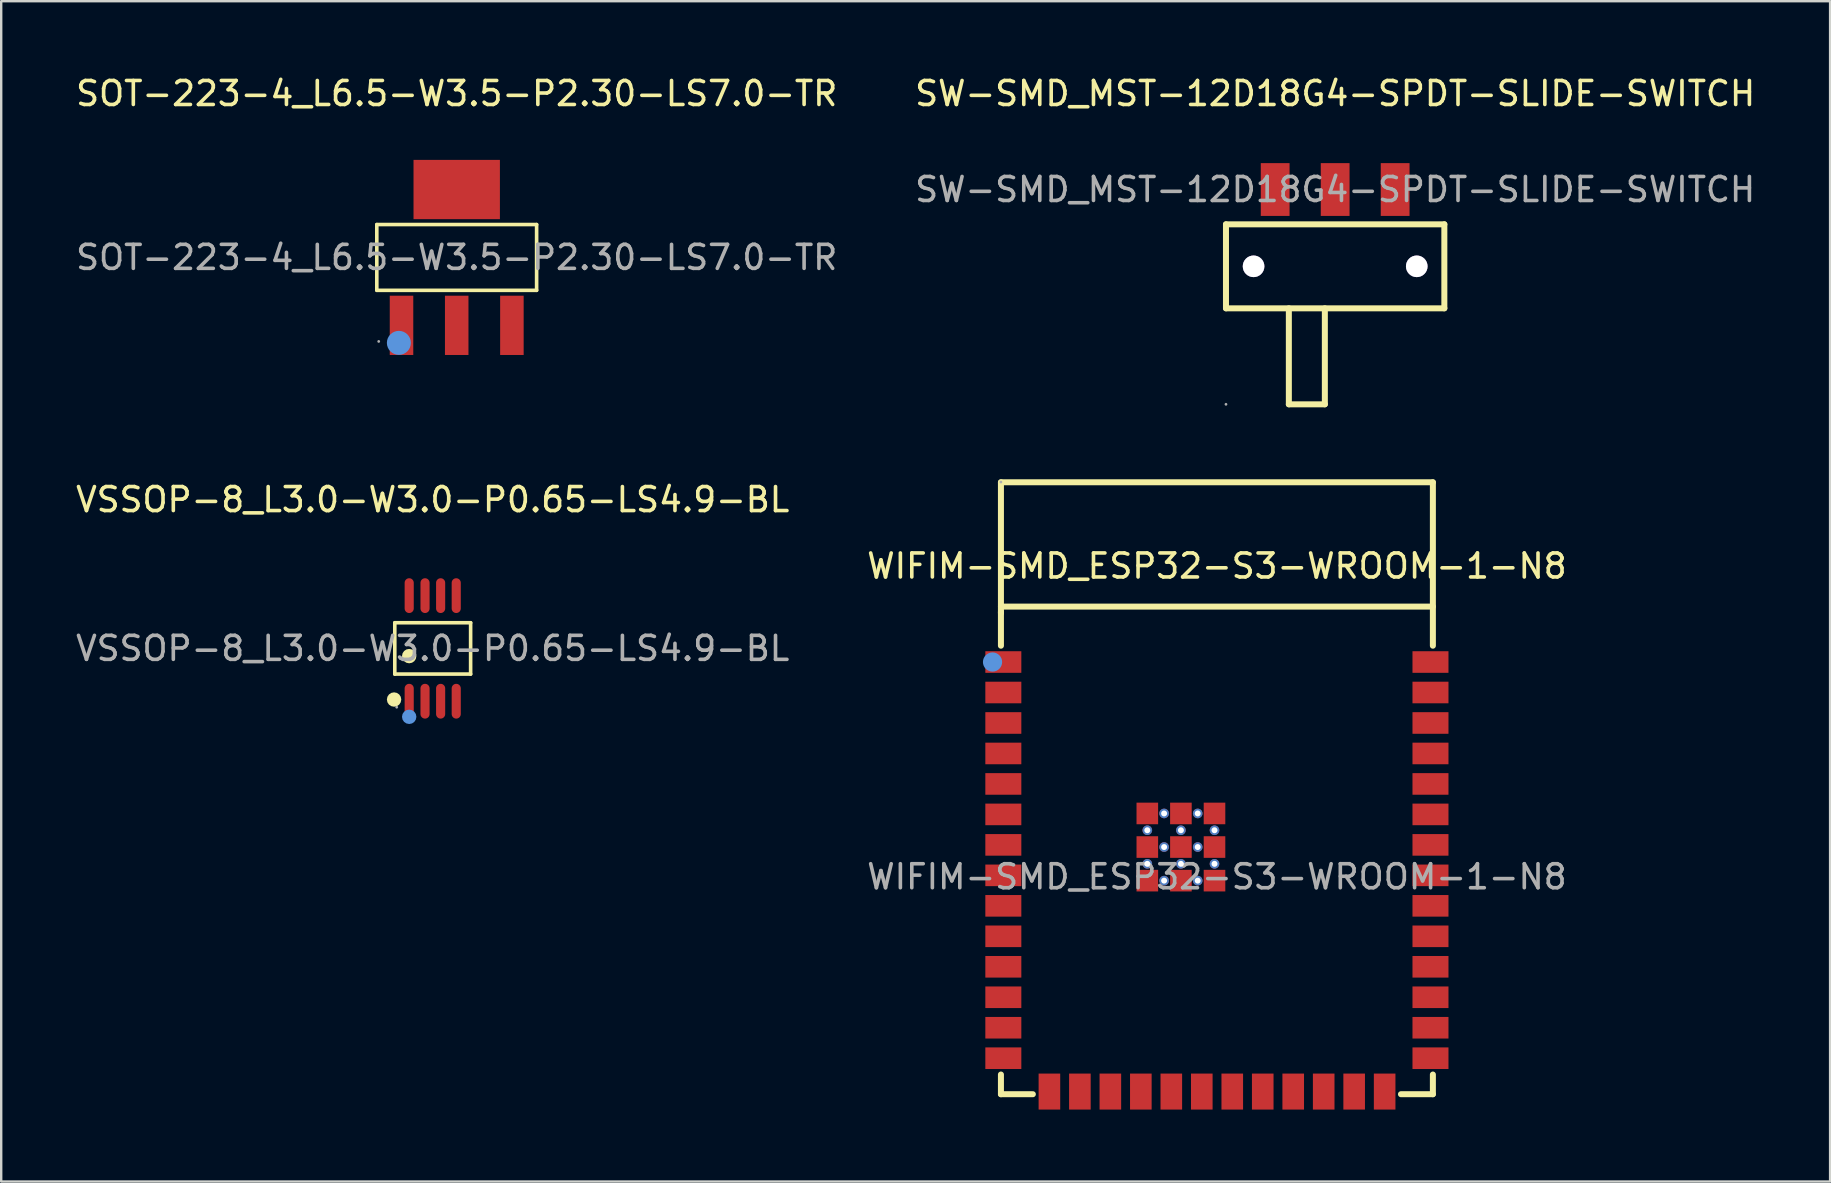
<source format=kicad_pcb>
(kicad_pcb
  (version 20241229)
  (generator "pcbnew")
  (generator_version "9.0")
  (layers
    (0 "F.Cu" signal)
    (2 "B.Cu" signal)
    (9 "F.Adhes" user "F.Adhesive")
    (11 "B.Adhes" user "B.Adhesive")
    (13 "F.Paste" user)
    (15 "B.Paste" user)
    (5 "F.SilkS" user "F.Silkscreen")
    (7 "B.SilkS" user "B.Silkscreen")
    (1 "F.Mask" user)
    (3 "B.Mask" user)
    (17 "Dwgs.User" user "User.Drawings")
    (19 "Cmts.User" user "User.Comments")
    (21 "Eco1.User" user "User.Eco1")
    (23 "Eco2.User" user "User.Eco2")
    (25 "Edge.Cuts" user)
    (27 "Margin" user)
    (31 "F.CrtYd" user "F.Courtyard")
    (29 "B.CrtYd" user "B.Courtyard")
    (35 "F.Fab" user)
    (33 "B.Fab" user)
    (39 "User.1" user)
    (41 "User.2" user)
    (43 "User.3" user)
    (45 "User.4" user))
  (footprint "SOT-223-4_L6.5-W3.5-P2.30-LS7.0-TR"
    (layer "F.Cu")
    (at 15.982 7.678)
    (property "Reference" "SOT-223-4_L6.5-W3.5-P2.30-LS7.0-TR" (at 0 -6.83 0) (layer "F.SilkS") (effects (font (size 1 1) (thickness 0.15))))
    (attr smd)
    (fp_line (start -3.33 -1.37) (end 3.33 -1.37) (stroke (width 0.15) (type solid)) (layer "F.SilkS"))
    (fp_line (start -3.33 1.37) (end -3.33 -1.37) (stroke (width 0.15) (type solid)) (layer "F.SilkS"))
    (fp_line (start 3.33 -1.37) (end 3.33 1.37) (stroke (width 0.15) (type solid)) (layer "F.SilkS"))
    (fp_line (start 3.33 1.37) (end -3.33 1.37) (stroke (width 0.15) (type solid)) (layer "F.SilkS"))
    (fp_circle (center -2.41 3.56) (end -2.16 3.56) (stroke (width 0.5) (type solid)) (fill no) (layer "Cmts.User"))
    (fp_circle (center -3.25 3.5) (end -3.22 3.5) (stroke (width 0.06) (type solid)) (fill no) (layer "F.Fab"))
    (fp_text user "${REFERENCE}" (at 0 0 0) (layer "F.Fab") (effects (font (size 1 1) (thickness 0.15))))
    (pad "1" smd rect (at -2.3 2.83 270) (size 2.47 0.98) (layers "F.Cu" "F.Mask" "F.Paste"))
    (pad "2" smd rect (at 0 2.83 270) (size 2.47 0.98) (layers "F.Cu" "F.Mask" "F.Paste"))
    (pad "3" smd rect (at 2.3 2.83 270) (size 2.47 0.98) (layers "F.Cu" "F.Mask" "F.Paste"))
    (pad "4" smd rect (at 0 -2.83 270) (size 2.47 3.6) (layers "F.Cu" "F.Mask" "F.Paste")))
  (footprint "VSSOP-8_L3.0-W3.0-P0.65-LS4.9-BL"
    (layer "F.Cu")
    (at 14.982 23.971)
    (property "Reference" "VSSOP-8_L3.0-W3.0-P0.65-LS4.9-BL" (at 0 -6.2 0) (layer "F.SilkS") (effects (font (size 1 1) (thickness 0.15))))
    (attr smd)
    (fp_line (start -1.58 -1.07) (end 1.58 -1.07) (stroke (width 0.15) (type solid)) (layer "F.SilkS"))
    (fp_line (start -1.58 1.07) (end -1.58 -1.07) (stroke (width 0.15) (type solid)) (layer "F.SilkS"))
    (fp_line (start 1.58 -1.07) (end 1.58 1.07) (stroke (width 0.15) (type solid)) (layer "F.SilkS"))
    (fp_line (start 1.58 1.07) (end -1.58 1.07) (stroke (width 0.15) (type solid)) (layer "F.SilkS"))
    (fp_circle (center -1.61 2.13) (end -1.46 2.13) (stroke (width 0.3) (type solid)) (fill no) (layer "F.SilkS"))
    (fp_circle (center -0.98 0.32) (end -0.83 0.32) (stroke (width 0.3) (type solid)) (fill no) (layer "F.SilkS"))
    (fp_circle (center -0.98 2.85) (end -0.83 2.85) (stroke (width 0.3) (type solid)) (fill no) (layer "Cmts.User"))
    (fp_circle (center -1.5 2.45) (end -1.47 2.45) (stroke (width 0.06) (type solid)) (fill no) (layer "F.Fab"))
    (fp_text user "${REFERENCE}" (at 0 0 0) (layer "F.Fab") (effects (font (size 1 1) (thickness 0.15))))
    (pad "1" smd oval (at -0.98 2.2) (size 0.38 1.45) (layers "F.Cu" "F.Mask" "F.Paste"))
    (pad "2" smd oval (at -0.32 2.2) (size 0.38 1.45) (layers "F.Cu" "F.Mask" "F.Paste"))
    (pad "3" smd oval (at 0.33 2.2) (size 0.38 1.45) (layers "F.Cu" "F.Mask" "F.Paste"))
    (pad "4" smd oval (at 0.98 2.2) (size 0.38 1.45) (layers "F.Cu" "F.Mask" "F.Paste"))
    (pad "5" smd oval (at 0.98 -2.2) (size 0.38 1.45) (layers "F.Cu" "F.Mask" "F.Paste"))
    (pad "6" smd oval (at 0.33 -2.2) (size 0.38 1.45) (layers "F.Cu" "F.Mask" "F.Paste"))
    (pad "7" smd oval (at -0.32 -2.2) (size 0.38 1.45) (layers "F.Cu" "F.Mask" "F.Paste"))
    (pad "8" smd oval (at -0.98 -2.2) (size 0.38 1.45) (layers "F.Cu" "F.Mask" "F.Paste")))
  (footprint "WIFIM-SMD_ESP32-S3-WROOM-1-N8"
    (layer "F.Cu")
    (at 47.661 33.488)
    (property "Reference" "WIFIM-SMD_ESP32-S3-WROOM-1-N8" (at 0 -12.95 0) (layer "F.SilkS") (effects (font (size 1 1) (thickness 0.15))))
    (attr smd)
    (fp_line (start -9 -16.44) (end 9 -16.44) (stroke (width 0.25) (type solid)) (layer "F.SilkS"))
    (fp_line (start -9 -11.26) (end 9 -11.26) (stroke (width 0.25) (type solid)) (layer "F.SilkS"))
    (fp_line (start -9 -10.99) (end -9 -16.44) (stroke (width 0.25) (type solid)) (layer "F.SilkS"))
    (fp_line (start -9 -9.63) (end -9 -11.04) (stroke (width 0.25) (type solid)) (layer "F.SilkS"))
    (fp_line (start -9 9.06) (end -9 8.24) (stroke (width 0.25) (type solid)) (layer "F.SilkS"))
    (fp_line (start -7.67 9.06) (end -9 9.06) (stroke (width 0.25) (type solid)) (layer "F.SilkS"))
    (fp_line (start 9 -16.44) (end 9 -9.63) (stroke (width 0.25) (type solid)) (layer "F.SilkS"))
    (fp_line (start 9 8.24) (end 9 9.06) (stroke (width 0.25) (type solid)) (layer "F.SilkS"))
    (fp_line (start 9 9.06) (end 7.67 9.06) (stroke (width 0.25) (type solid)) (layer "F.SilkS"))
    (fp_circle (center -9.35 -8.95) (end -9.15 -8.95) (stroke (width 0.4) (type solid)) (fill no) (layer "Cmts.User"))
    (fp_circle (center -9 -16.45) (end -8.97 -16.45) (stroke (width 0.06) (type solid)) (fill no) (layer "F.Fab"))
    (fp_text user "${REFERENCE}" (at 0 0 0) (layer "F.Fab") (effects (font (size 1 1) (thickness 0.15))))
    (pad "" thru_hole circle (at -2.9 -1.94) (size 0.4 0.4) (drill 0.25) (layers "*.Cu" "*.Paste" "*.Mask"))
    (pad "" thru_hole circle (at -2.9 -0.54) (size 0.4 0.4) (drill 0.25) (layers "*.Cu" "*.Paste" "*.Mask"))
    (pad "" thru_hole circle (at -2.2 -2.64) (size 0.4 0.4) (drill 0.25) (layers "*.Cu" "*.Paste" "*.Mask"))
    (pad "" thru_hole circle (at -2.2 -1.24) (size 0.4 0.4) (drill 0.25) (layers "*.Cu" "*.Paste" "*.Mask"))
    (pad "" thru_hole circle (at -2.2 0.16) (size 0.4 0.4) (drill 0.25) (layers "*.Cu" "*.Paste" "*.Mask"))
    (pad "" thru_hole circle (at -1.5 -1.94) (size 0.4 0.4) (drill 0.25) (layers "*.Cu" "*.Paste" "*.Mask"))
    (pad "" thru_hole circle (at -1.5 -0.54) (size 0.4 0.4) (drill 0.25) (layers "*.Cu" "*.Paste" "*.Mask"))
    (pad "" thru_hole circle (at -0.8 -2.64) (size 0.4 0.4) (drill 0.25) (layers "*.Cu" "*.Paste" "*.Mask"))
    (pad "" thru_hole circle (at -0.8 -1.24) (size 0.4 0.4) (drill 0.25) (layers "*.Cu" "*.Paste" "*.Mask"))
    (pad "" thru_hole circle (at -0.8 0.16) (size 0.4 0.4) (drill 0.25) (layers "*.Cu" "*.Paste" "*.Mask"))
    (pad "" thru_hole circle (at -0.1 -1.94) (size 0.4 0.4) (drill 0.25) (layers "*.Cu" "*.Paste" "*.Mask"))
    (pad "" thru_hole circle (at -0.1 -0.54) (size 0.4 0.4) (drill 0.25) (layers "*.Cu" "*.Paste" "*.Mask"))
    (pad "1" smd rect (at -8.9 -8.95) (size 1.5 0.9) (layers "F.Cu" "F.Mask" "F.Paste"))
    (pad "2" smd rect (at -8.9 -7.68) (size 1.5 0.9) (layers "F.Cu" "F.Mask" "F.Paste"))
    (pad "3" smd rect (at -8.9 -6.41) (size 1.5 0.9) (layers "F.Cu" "F.Mask" "F.Paste"))
    (pad "4" smd rect (at -8.9 -5.14) (size 1.5 0.9) (layers "F.Cu" "F.Mask" "F.Paste"))
    (pad "5" smd rect (at -8.9 -3.87) (size 1.5 0.9) (layers "F.Cu" "F.Mask" "F.Paste"))
    (pad "6" smd rect (at -8.9 -2.6) (size 1.5 0.9) (layers "F.Cu" "F.Mask" "F.Paste"))
    (pad "7" smd rect (at -8.9 -1.33) (size 1.5 0.9) (layers "F.Cu" "F.Mask" "F.Paste"))
    (pad "8" smd rect (at -8.9 -0.06) (size 1.5 0.9) (layers "F.Cu" "F.Mask" "F.Paste"))
    (pad "9" smd rect (at -8.9 1.21) (size 1.5 0.9) (layers "F.Cu" "F.Mask" "F.Paste"))
    (pad "10" smd rect (at -8.9 2.48) (size 1.5 0.9) (layers "F.Cu" "F.Mask" "F.Paste"))
    (pad "11" smd rect (at -8.9 3.75) (size 1.5 0.9) (layers "F.Cu" "F.Mask" "F.Paste"))
    (pad "12" smd rect (at -8.9 5.02) (size 1.5 0.9) (layers "F.Cu" "F.Mask" "F.Paste"))
    (pad "13" smd rect (at -8.9 6.29) (size 1.5 0.9) (layers "F.Cu" "F.Mask" "F.Paste"))
    (pad "14" smd rect (at -8.9 7.56) (size 1.5 0.9) (layers "F.Cu" "F.Mask" "F.Paste"))
    (pad "15" smd rect (at -6.98 8.95) (size 0.9 1.5) (layers "F.Cu" "F.Mask" "F.Paste"))
    (pad "16" smd rect (at -5.71 8.95) (size 0.9 1.5) (layers "F.Cu" "F.Mask" "F.Paste"))
    (pad "17" smd rect (at -4.44 8.95) (size 0.9 1.5) (layers "F.Cu" "F.Mask" "F.Paste"))
    (pad "18" smd rect (at -3.17 8.95) (size 0.9 1.5) (layers "F.Cu" "F.Mask" "F.Paste"))
    (pad "19" smd rect (at -1.9 8.95) (size 0.9 1.5) (layers "F.Cu" "F.Mask" "F.Paste"))
    (pad "20" smd rect (at -0.63 8.95) (size 0.9 1.5) (layers "F.Cu" "F.Mask" "F.Paste"))
    (pad "21" smd rect (at 0.64 8.95) (size 0.9 1.5) (layers "F.Cu" "F.Mask" "F.Paste"))
    (pad "22" smd rect (at 1.91 8.95) (size 0.9 1.5) (layers "F.Cu" "F.Mask" "F.Paste"))
    (pad "23" smd rect (at 3.18 8.95) (size 0.9 1.5) (layers "F.Cu" "F.Mask" "F.Paste"))
    (pad "24" smd rect (at 4.45 8.95) (size 0.9 1.5) (layers "F.Cu" "F.Mask" "F.Paste"))
    (pad "25" smd rect (at 5.72 8.95) (size 0.9 1.5) (layers "F.Cu" "F.Mask" "F.Paste"))
    (pad "26" smd rect (at 6.99 8.95) (size 0.9 1.5) (layers "F.Cu" "F.Mask" "F.Paste"))
    (pad "27" smd rect (at 8.9 7.56) (size 1.5 0.9) (layers "F.Cu" "F.Mask" "F.Paste"))
    (pad "28" smd rect (at 8.9 6.29) (size 1.5 0.9) (layers "F.Cu" "F.Mask" "F.Paste"))
    (pad "29" smd rect (at 8.9 5.02) (size 1.5 0.9) (layers "F.Cu" "F.Mask" "F.Paste"))
    (pad "30" smd rect (at 8.9 3.75) (size 1.5 0.9) (layers "F.Cu" "F.Mask" "F.Paste"))
    (pad "31" smd rect (at 8.9 2.48) (size 1.5 0.9) (layers "F.Cu" "F.Mask" "F.Paste"))
    (pad "32" smd rect (at 8.9 1.21) (size 1.5 0.9) (layers "F.Cu" "F.Mask" "F.Paste"))
    (pad "33" smd rect (at 8.9 -0.06) (size 1.5 0.9) (layers "F.Cu" "F.Mask" "F.Paste"))
    (pad "34" smd rect (at 8.9 -1.33) (size 1.5 0.9) (layers "F.Cu" "F.Mask" "F.Paste"))
    (pad "35" smd rect (at 8.9 -2.6) (size 1.5 0.9) (layers "F.Cu" "F.Mask" "F.Paste"))
    (pad "36" smd rect (at 8.9 -3.87) (size 1.5 0.9) (layers "F.Cu" "F.Mask" "F.Paste"))
    (pad "37" smd rect (at 8.9 -5.14) (size 1.5 0.9) (layers "F.Cu" "F.Mask" "F.Paste"))
    (pad "38" smd rect (at 8.9 -6.41) (size 1.5 0.9) (layers "F.Cu" "F.Mask" "F.Paste"))
    (pad "39" smd rect (at 8.9 -7.68) (size 1.5 0.9) (layers "F.Cu" "F.Mask" "F.Paste"))
    (pad "40" smd rect (at 8.9 -8.95) (size 1.5 0.9) (layers "F.Cu" "F.Mask" "F.Paste"))
    (pad "41" smd rect (at -2.9 -2.64 90) (size 0.9 0.9) (layers "F.Cu" "F.Mask" "F.Paste"))
    (pad "41" smd rect (at -2.9 -1.24 90) (size 0.9 0.9) (layers "F.Cu" "F.Mask" "F.Paste"))
    (pad "41" smd rect (at -2.9 0.16 90) (size 0.9 0.9) (layers "F.Cu" "F.Mask" "F.Paste"))
    (pad "41" smd rect (at -1.5 -2.64 90) (size 0.9 0.9) (layers "F.Cu" "F.Mask" "F.Paste"))
    (pad "41" smd rect (at -1.5 -1.24 90) (size 0.9 0.9) (layers "F.Cu" "F.Mask" "F.Paste"))
    (pad "41" smd rect (at -1.5 0.16 90) (size 0.9 0.9) (layers "F.Cu" "F.Mask" "F.Paste"))
    (pad "41" smd rect (at -0.1 -2.64 90) (size 0.9 0.9) (layers "F.Cu" "F.Mask" "F.Paste"))
    (pad "41" smd rect (at -0.1 -1.24 90) (size 0.9 0.9) (layers "F.Cu" "F.Mask" "F.Paste"))
    (pad "41" smd rect (at -0.1 0.16 90) (size 0.9 0.9) (layers "F.Cu" "F.Mask" "F.Paste")))
  (footprint "SW-SMD_MST-12D18G4-SPDT-SLIDE-SWITCH"
    (layer "F.Cu")
    (at 52.589 4.848)
    (property "Reference" "SW-SMD_MST-12D18G4-SPDT-SLIDE-SWITCH" (at 0 -4 0) (layer "F.SilkS") (effects (font (size 1 1) (thickness 0.15))))
    (attr smd)
    (fp_line (start -4.55 1.45) (end 4.55 1.45) (stroke (width 0.25) (type solid)) (layer "F.SilkS"))
    (fp_line (start -4.55 4.95) (end -4.55 1.45) (stroke (width 0.25) (type solid)) (layer "F.SilkS"))
    (fp_line (start -4.55 4.95) (end 4.55 4.95) (stroke (width 0.25) (type solid)) (layer "F.SilkS"))
    (fp_line (start -1.93 4.95) (end -1.93 8.95) (stroke (width 0.25) (type solid)) (layer "F.SilkS"))
    (fp_line (start -1.93 8.95) (end -0.43 8.95) (stroke (width 0.25) (type solid)) (layer "F.SilkS"))
    (fp_line (start -0.43 8.95) (end -0.43 4.95) (stroke (width 0.25) (type solid)) (layer "F.SilkS"))
    (fp_line (start 4.55 4.95) (end 4.55 1.45) (stroke (width 0.25) (type solid)) (layer "F.SilkS"))
    (fp_circle (center -3.4 3.2) (end -3.22 3.2) (stroke (width 0.35) (type solid)) (fill no) (layer "Cmts.User"))
    (fp_circle (center 3.4 3.2) (end 3.58 3.2) (stroke (width 0.35) (type solid)) (fill no) (layer "Cmts.User"))
    (fp_circle (center -4.55 8.95) (end -4.52 8.95) (stroke (width 0.06) (type solid)) (fill no) (layer "F.Fab"))
    (fp_text user "${REFERENCE}" (at 0 0 0) (layer "F.Fab") (effects (font (size 1 1) (thickness 0.15))))
    (pad "" thru_hole circle (at -3.4 3.2) (size 0.9 0.9) (drill 0.9) (layers "*.Cu" "*.Mask"))
    (pad "" thru_hole circle (at 3.4 3.2) (size 0.9 0.9) (drill 0.9) (layers "*.Cu" "*.Mask"))
    (pad "1" smd rect (at -2.5 0) (size 1.2 2.2) (layers "F.Cu" "F.Mask" "F.Paste"))
    (pad "2" smd rect (at 0 0) (size 1.2 2.2) (layers "F.Cu" "F.Mask" "F.Paste"))
    (pad "3" smd rect (at 2.5 0) (size 1.2 2.2) (layers "F.Cu" "F.Mask" "F.Paste")))
  (gr_rect
    (start -3 -3)
    (end 73.214 46.188)
    (stroke (width 0.1) (type default))
    (fill no)
    (layer "Edge.Cuts")))
</source>
